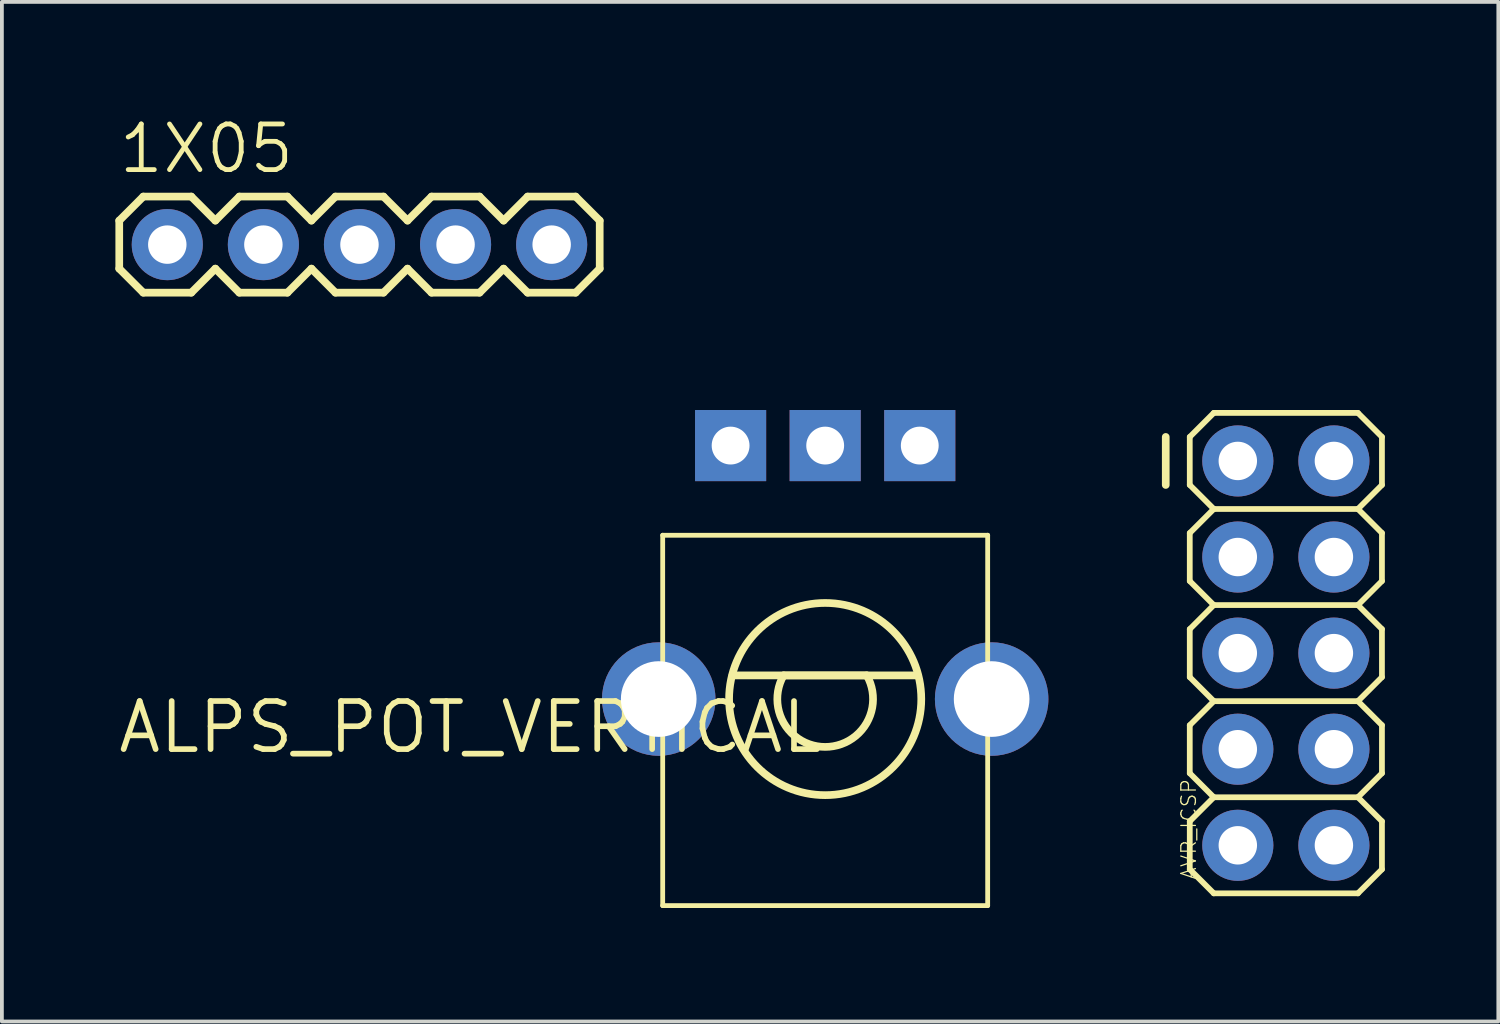
<source format=kicad_pcb>
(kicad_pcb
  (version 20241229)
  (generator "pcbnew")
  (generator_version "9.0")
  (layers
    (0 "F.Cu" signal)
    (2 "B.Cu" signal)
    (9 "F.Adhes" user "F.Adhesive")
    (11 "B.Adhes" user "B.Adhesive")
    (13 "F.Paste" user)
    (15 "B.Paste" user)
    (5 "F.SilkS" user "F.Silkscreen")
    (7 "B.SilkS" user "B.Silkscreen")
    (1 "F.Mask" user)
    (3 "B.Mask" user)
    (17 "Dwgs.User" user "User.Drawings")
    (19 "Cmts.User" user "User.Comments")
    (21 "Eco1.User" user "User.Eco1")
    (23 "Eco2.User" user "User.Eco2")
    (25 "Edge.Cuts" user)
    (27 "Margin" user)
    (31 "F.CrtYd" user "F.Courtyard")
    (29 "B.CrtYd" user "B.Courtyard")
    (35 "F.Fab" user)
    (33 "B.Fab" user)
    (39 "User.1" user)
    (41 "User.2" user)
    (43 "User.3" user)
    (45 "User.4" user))
  (footprint "AVR_ICSP"
    (layer "F.Cu")
    (at 30.939 14.214)
    (property "Reference" "AVR_ICSP" (at -2.794 3.302 90) (layer "F.SilkS") (effects (font (size 0.386 0.386) (thickness 0.033)) (justify right top)))
    (attr through_hole)
    (fp_line (start -3.175 -5.715) (end -3.175 -4.445) (stroke (width 0.203) (type solid)) (layer "F.SilkS"))
    (fp_line (start -2.54 -5.715) (end -2.54 -4.445) (stroke (width 0.152) (type solid)) (layer "F.SilkS"))
    (fp_line (start -2.54 -4.445) (end -1.905 -3.81) (stroke (width 0.152) (type solid)) (layer "F.SilkS"))
    (fp_line (start -2.54 -3.175) (end -2.54 -1.905) (stroke (width 0.152) (type solid)) (layer "F.SilkS"))
    (fp_line (start -2.54 -1.905) (end -1.905 -1.27) (stroke (width 0.152) (type solid)) (layer "F.SilkS"))
    (fp_line (start -2.54 -0.635) (end -2.54 0.635) (stroke (width 0.152) (type solid)) (layer "F.SilkS"))
    (fp_line (start -2.54 0.635) (end -1.905 1.27) (stroke (width 0.152) (type solid)) (layer "F.SilkS"))
    (fp_line (start -2.54 1.905) (end -2.54 3.175) (stroke (width 0.152) (type solid)) (layer "F.SilkS"))
    (fp_line (start -2.54 3.175) (end -1.905 3.81) (stroke (width 0.152) (type solid)) (layer "F.SilkS"))
    (fp_line (start -2.54 4.445) (end -2.54 5.715) (stroke (width 0.152) (type solid)) (layer "F.SilkS"))
    (fp_line (start -2.54 5.715) (end -1.905 6.35) (stroke (width 0.152) (type solid)) (layer "F.SilkS"))
    (fp_line (start -1.905 -6.35) (end -2.54 -5.715) (stroke (width 0.152) (type solid)) (layer "F.SilkS"))
    (fp_line (start -1.905 -6.35) (end 1.905 -6.35) (stroke (width 0.152) (type solid)) (layer "F.SilkS"))
    (fp_line (start -1.905 -3.81) (end -2.54 -3.175) (stroke (width 0.152) (type solid)) (layer "F.SilkS"))
    (fp_line (start -1.905 -1.27) (end -2.54 -0.635) (stroke (width 0.152) (type solid)) (layer "F.SilkS"))
    (fp_line (start -1.905 1.27) (end -2.54 1.905) (stroke (width 0.152) (type solid)) (layer "F.SilkS"))
    (fp_line (start -1.905 3.81) (end -2.54 4.445) (stroke (width 0.152) (type solid)) (layer "F.SilkS"))
    (fp_line (start 1.905 -6.35) (end 2.54 -5.715) (stroke (width 0.152) (type solid)) (layer "F.SilkS"))
    (fp_line (start 1.905 -3.81) (end -1.905 -3.81) (stroke (width 0.152) (type solid)) (layer "F.SilkS"))
    (fp_line (start 1.905 -3.81) (end 2.54 -3.175) (stroke (width 0.152) (type solid)) (layer "F.SilkS"))
    (fp_line (start 1.905 -1.27) (end -1.905 -1.27) (stroke (width 0.152) (type solid)) (layer "F.SilkS"))
    (fp_line (start 1.905 -1.27) (end 2.54 -0.635) (stroke (width 0.152) (type solid)) (layer "F.SilkS"))
    (fp_line (start 1.905 1.27) (end -1.905 1.27) (stroke (width 0.152) (type solid)) (layer "F.SilkS"))
    (fp_line (start 1.905 1.27) (end 2.54 1.905) (stroke (width 0.152) (type solid)) (layer "F.SilkS"))
    (fp_line (start 1.905 3.81) (end -1.905 3.81) (stroke (width 0.152) (type solid)) (layer "F.SilkS"))
    (fp_line (start 1.905 3.81) (end 2.54 4.445) (stroke (width 0.152) (type solid)) (layer "F.SilkS"))
    (fp_line (start 1.905 6.35) (end -1.905 6.35) (stroke (width 0.152) (type solid)) (layer "F.SilkS"))
    (fp_line (start 2.54 -5.715) (end 2.54 -4.445) (stroke (width 0.152) (type solid)) (layer "F.SilkS"))
    (fp_line (start 2.54 -4.445) (end 1.905 -3.81) (stroke (width 0.152) (type solid)) (layer "F.SilkS"))
    (fp_line (start 2.54 -3.175) (end 2.54 -1.905) (stroke (width 0.152) (type solid)) (layer "F.SilkS"))
    (fp_line (start 2.54 -1.905) (end 1.905 -1.27) (stroke (width 0.152) (type solid)) (layer "F.SilkS"))
    (fp_line (start 2.54 -0.635) (end 2.54 0.635) (stroke (width 0.152) (type solid)) (layer "F.SilkS"))
    (fp_line (start 2.54 0.635) (end 1.905 1.27) (stroke (width 0.152) (type solid)) (layer "F.SilkS"))
    (fp_line (start 2.54 1.905) (end 2.54 3.175) (stroke (width 0.152) (type solid)) (layer "F.SilkS"))
    (fp_line (start 2.54 3.175) (end 1.905 3.81) (stroke (width 0.152) (type solid)) (layer "F.SilkS"))
    (fp_line (start 2.54 4.445) (end 2.54 5.715) (stroke (width 0.152) (type solid)) (layer "F.SilkS"))
    (fp_line (start 2.54 5.715) (end 1.905 6.35) (stroke (width 0.152) (type solid)) (layer "F.SilkS"))
    (fp_poly (pts (xy -1.524 0.254) (xy -1.016 0.254) (xy -1.016 -0.254) (xy -1.524 -0.254)) (stroke (width 0) (type solid)) (fill yes) (layer "F.SilkS"))
    (fp_poly (pts (xy -1.524 -4.826) (xy -1.016 -4.826) (xy -1.016 -5.334) (xy -1.524 -5.334)) (stroke (width 0.1) (type solid)) (fill no) (layer "F.Fab"))
    (fp_poly (pts (xy -1.524 -2.286) (xy -1.016 -2.286) (xy -1.016 -2.794) (xy -1.524 -2.794)) (stroke (width 0.1) (type solid)) (fill no) (layer "F.Fab"))
    (fp_poly (pts (xy -1.524 2.794) (xy -1.016 2.794) (xy -1.016 2.286) (xy -1.524 2.286)) (stroke (width 0.1) (type solid)) (fill no) (layer "F.Fab"))
    (fp_poly (pts (xy -1.524 5.334) (xy -1.016 5.334) (xy -1.016 4.826) (xy -1.524 4.826)) (stroke (width 0.1) (type solid)) (fill no) (layer "F.Fab"))
    (fp_poly (pts (xy 1.016 -4.826) (xy 1.524 -4.826) (xy 1.524 -5.334) (xy 1.016 -5.334)) (stroke (width 0.1) (type solid)) (fill no) (layer "F.Fab"))
    (fp_poly (pts (xy 1.016 -2.286) (xy 1.524 -2.286) (xy 1.524 -2.794) (xy 1.016 -2.794)) (stroke (width 0.1) (type solid)) (fill no) (layer "F.Fab"))
    (fp_poly (pts (xy 1.016 0.254) (xy 1.524 0.254) (xy 1.524 -0.254) (xy 1.016 -0.254)) (stroke (width 0.1) (type solid)) (fill no) (layer "F.Fab"))
    (fp_poly (pts (xy 1.016 2.794) (xy 1.524 2.794) (xy 1.524 2.286) (xy 1.016 2.286)) (stroke (width 0.1) (type solid)) (fill no) (layer "F.Fab"))
    (fp_poly (pts (xy 1.016 5.334) (xy 1.524 5.334) (xy 1.524 4.826) (xy 1.016 4.826)) (stroke (width 0.1) (type solid)) (fill no) (layer "F.Fab"))
    (pad "1" thru_hole circle (at -1.27 -5.08 270) (size 1.88 1.88) (drill 1.016) (layers "*.Cu" "*.Mask"))
    (pad "2" thru_hole circle (at 1.27 -5.08 270) (size 1.88 1.88) (drill 1.016) (layers "*.Cu" "*.Mask"))
    (pad "3" thru_hole circle (at -1.27 -2.54 270) (size 1.88 1.88) (drill 1.016) (layers "*.Cu" "*.Mask"))
    (pad "4" thru_hole circle (at 1.27 -2.54 270) (size 1.88 1.88) (drill 1.016) (layers "*.Cu" "*.Mask"))
    (pad "5" thru_hole circle (at -1.27 0 270) (size 1.88 1.88) (drill 1.016) (layers "*.Cu" "*.Mask"))
    (pad "6" thru_hole circle (at 1.27 0 270) (size 1.88 1.88) (drill 1.016) (layers "*.Cu" "*.Mask"))
    (pad "7" thru_hole circle (at -1.27 2.54 270) (size 1.88 1.88) (drill 1.016) (layers "*.Cu" "*.Mask"))
    (pad "8" thru_hole circle (at 1.27 2.54 270) (size 1.88 1.88) (drill 1.016) (layers "*.Cu" "*.Mask"))
    (pad "9" thru_hole circle (at -1.27 5.08 270) (size 1.88 1.88) (drill 1.016) (layers "*.Cu" "*.Mask"))
    (pad "10" thru_hole circle (at 1.27 5.08 270) (size 1.88 1.88) (drill 1.016) (layers "*.Cu" "*.Mask")))
  (footprint "1X05"
    (layer "F.Cu")
    (at 1.372 3.416)
    (property "Reference" "1X05" (at -1.346 -1.829 0) (layer "F.SilkS") (effects (font (size 1.206 1.206) (thickness 0.127)) (justify left bottom)))
    (attr through_hole)
    (fp_line (start -1.27 -0.635) (end -1.27 0.635) (stroke (width 0.203) (type solid)) (layer "F.SilkS"))
    (fp_line (start -1.27 0.635) (end -0.635 1.27) (stroke (width 0.203) (type solid)) (layer "F.SilkS"))
    (fp_line (start -0.635 -1.27) (end -1.27 -0.635) (stroke (width 0.203) (type solid)) (layer "F.SilkS"))
    (fp_line (start -0.635 -1.27) (end 0.635 -1.27) (stroke (width 0.203) (type solid)) (layer "F.SilkS"))
    (fp_line (start 0.635 -1.27) (end 1.27 -0.635) (stroke (width 0.203) (type solid)) (layer "F.SilkS"))
    (fp_line (start 0.635 1.27) (end -0.635 1.27) (stroke (width 0.203) (type solid)) (layer "F.SilkS"))
    (fp_line (start 1.27 -0.635) (end 1.905 -1.27) (stroke (width 0.203) (type solid)) (layer "F.SilkS"))
    (fp_line (start 1.27 0.635) (end 0.635 1.27) (stroke (width 0.203) (type solid)) (layer "F.SilkS"))
    (fp_line (start 1.905 -1.27) (end 3.175 -1.27) (stroke (width 0.203) (type solid)) (layer "F.SilkS"))
    (fp_line (start 1.905 1.27) (end 1.27 0.635) (stroke (width 0.203) (type solid)) (layer "F.SilkS"))
    (fp_line (start 3.175 -1.27) (end 3.81 -0.635) (stroke (width 0.203) (type solid)) (layer "F.SilkS"))
    (fp_line (start 3.175 1.27) (end 1.905 1.27) (stroke (width 0.203) (type solid)) (layer "F.SilkS"))
    (fp_line (start 3.81 -0.635) (end 4.445 -1.27) (stroke (width 0.203) (type solid)) (layer "F.SilkS"))
    (fp_line (start 3.81 0.635) (end 3.175 1.27) (stroke (width 0.203) (type solid)) (layer "F.SilkS"))
    (fp_line (start 4.445 -1.27) (end 5.715 -1.27) (stroke (width 0.203) (type solid)) (layer "F.SilkS"))
    (fp_line (start 4.445 1.27) (end 3.81 0.635) (stroke (width 0.203) (type solid)) (layer "F.SilkS"))
    (fp_line (start 5.715 -1.27) (end 6.35 -0.635) (stroke (width 0.203) (type solid)) (layer "F.SilkS"))
    (fp_line (start 5.715 1.27) (end 4.445 1.27) (stroke (width 0.203) (type solid)) (layer "F.SilkS"))
    (fp_line (start 6.35 0.635) (end 5.715 1.27) (stroke (width 0.203) (type solid)) (layer "F.SilkS"))
    (fp_line (start 6.35 0.635) (end 6.985 1.27) (stroke (width 0.203) (type solid)) (layer "F.SilkS"))
    (fp_line (start 6.985 -1.27) (end 6.35 -0.635) (stroke (width 0.203) (type solid)) (layer "F.SilkS"))
    (fp_line (start 6.985 -1.27) (end 8.255 -1.27) (stroke (width 0.203) (type solid)) (layer "F.SilkS"))
    (fp_line (start 8.255 -1.27) (end 8.89 -0.635) (stroke (width 0.203) (type solid)) (layer "F.SilkS"))
    (fp_line (start 8.255 1.27) (end 6.985 1.27) (stroke (width 0.203) (type solid)) (layer "F.SilkS"))
    (fp_line (start 8.89 -0.635) (end 9.525 -1.27) (stroke (width 0.203) (type solid)) (layer "F.SilkS"))
    (fp_line (start 8.89 0.635) (end 8.255 1.27) (stroke (width 0.203) (type solid)) (layer "F.SilkS"))
    (fp_line (start 9.525 -1.27) (end 10.795 -1.27) (stroke (width 0.203) (type solid)) (layer "F.SilkS"))
    (fp_line (start 9.525 1.27) (end 8.89 0.635) (stroke (width 0.203) (type solid)) (layer "F.SilkS"))
    (fp_line (start 10.795 -1.27) (end 11.43 -0.635) (stroke (width 0.203) (type solid)) (layer "F.SilkS"))
    (fp_line (start 10.795 1.27) (end 9.525 1.27) (stroke (width 0.203) (type solid)) (layer "F.SilkS"))
    (fp_line (start 11.43 -0.635) (end 11.43 0.635) (stroke (width 0.203) (type solid)) (layer "F.SilkS"))
    (fp_line (start 11.43 0.635) (end 10.795 1.27) (stroke (width 0.203) (type solid)) (layer "F.SilkS"))
    (fp_poly (pts (xy -0.254 0.254) (xy 0.254 0.254) (xy 0.254 -0.254) (xy -0.254 -0.254)) (stroke (width 0.1) (type solid)) (fill no) (layer "F.Fab"))
    (fp_poly (pts (xy 2.286 0.254) (xy 2.794 0.254) (xy 2.794 -0.254) (xy 2.286 -0.254)) (stroke (width 0.1) (type solid)) (fill no) (layer "F.Fab"))
    (fp_poly (pts (xy 4.826 0.254) (xy 5.334 0.254) (xy 5.334 -0.254) (xy 4.826 -0.254)) (stroke (width 0.1) (type solid)) (fill no) (layer "F.Fab"))
    (fp_poly (pts (xy 7.366 0.254) (xy 7.874 0.254) (xy 7.874 -0.254) (xy 7.366 -0.254)) (stroke (width 0.1) (type solid)) (fill no) (layer "F.Fab"))
    (fp_poly (pts (xy 9.906 0.254) (xy 10.414 0.254) (xy 10.414 -0.254) (xy 9.906 -0.254)) (stroke (width 0.1) (type solid)) (fill no) (layer "F.Fab"))
    (pad "1" thru_hole circle (at 0 0 90) (size 1.88 1.88) (drill 1.016) (layers "*.Cu" "*.Mask"))
    (pad "2" thru_hole circle (at 2.54 0 90) (size 1.88 1.88) (drill 1.016) (layers "*.Cu" "*.Mask"))
    (pad "3" thru_hole circle (at 5.08 0 90) (size 1.88 1.88) (drill 1.016) (layers "*.Cu" "*.Mask"))
    (pad "4" thru_hole circle (at 7.62 0 90) (size 1.88 1.88) (drill 1.016) (layers "*.Cu" "*.Mask"))
    (pad "5" thru_hole circle (at 10.16 0 90) (size 1.88 1.88) (drill 1.016) (layers "*.Cu" "*.Mask")))
  (footprint "ALPS_POT_VERTICAL"
    (layer "F.Cu")
    (at 18.762 15.428)
    (property "Reference" "ALPS_POT_VERTICAL" (at 0 0 0) (layer "F.SilkS") (effects (font (size 1.27 1.27) (thickness 0.15)) (justify right top)))
    (attr through_hole)
    (fp_line (start -4.295 -4.33) (end 4.295 -4.33) (stroke (width 0.127) (type solid)) (layer "F.SilkS"))
    (fp_line (start -4.295 5.46) (end -4.295 -4.33) (stroke (width 0.127) (type solid)) (layer "F.SilkS"))
    (fp_line (start -2.45 -0.625) (end 2.425 -0.625) (stroke (width 0.203) (type solid)) (layer "F.SilkS"))
    (fp_line (start -1.1 -0.625) (end 1.1 -0.625) (stroke (width 0.203) (type solid)) (layer "F.SilkS"))
    (fp_line (start 4.295 -4.33) (end 4.295 5.46) (stroke (width 0.127) (type solid)) (layer "F.SilkS"))
    (fp_line (start 4.295 5.46) (end -4.295 5.46) (stroke (width 0.127) (type solid)) (layer "F.SilkS"))
    (fp_arc (start 1.1 -0.625) (mid 0 1.265158) (end -1.1 -0.625) (stroke (width 0.2032) (type solid)) (layer "F.SilkS"))
    (fp_circle (center 0 0) (end 2.54 0) (stroke (width 0.203) (type solid)) (fill no) (layer "F.SilkS"))
    (pad "P$1" thru_hole rect (at -2.5 -6.7 270) (size 1.88 1.88) (drill 1) (layers "*.Cu" "*.Mask"))
    (pad "P$2" thru_hole rect (at 0 -6.7 270) (size 1.88 1.88) (drill 1) (layers "*.Cu" "*.Mask"))
    (pad "P$3" thru_hole rect (at 2.5 -6.7 270) (size 1.88 1.88) (drill 1) (layers "*.Cu" "*.Mask"))
    (pad "P$4" thru_hole circle (at -4.4 0 270) (size 3 3) (drill 2) (layers "*.Cu" "*.Mask"))
    (pad "P$5" thru_hole circle (at 4.4 0 270) (size 3 3) (drill 2) (layers "*.Cu" "*.Mask")))
  (gr_rect
    (start -3 -3)
    (end 36.555 23.951)
    (stroke (width 0.1) (type default))
    (fill no)
    (layer "Edge.Cuts")))
</source>
